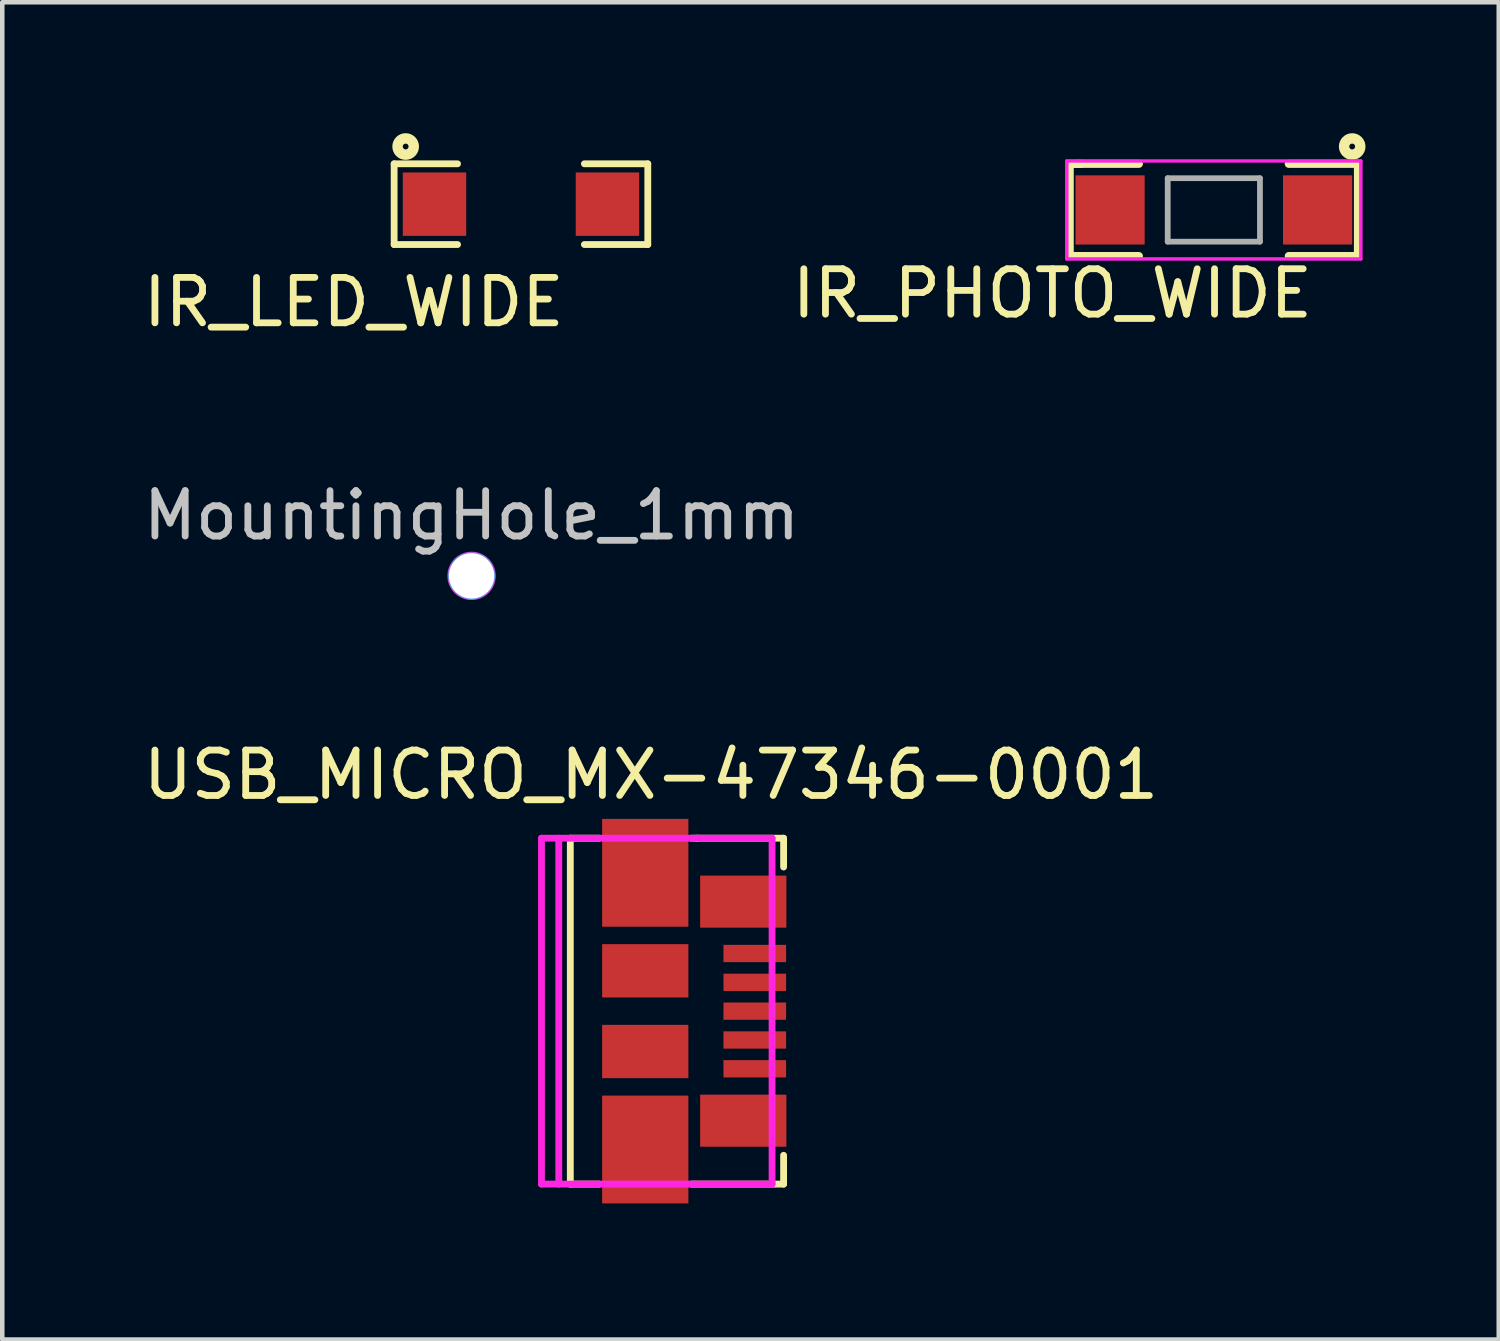
<source format=kicad_pcb>
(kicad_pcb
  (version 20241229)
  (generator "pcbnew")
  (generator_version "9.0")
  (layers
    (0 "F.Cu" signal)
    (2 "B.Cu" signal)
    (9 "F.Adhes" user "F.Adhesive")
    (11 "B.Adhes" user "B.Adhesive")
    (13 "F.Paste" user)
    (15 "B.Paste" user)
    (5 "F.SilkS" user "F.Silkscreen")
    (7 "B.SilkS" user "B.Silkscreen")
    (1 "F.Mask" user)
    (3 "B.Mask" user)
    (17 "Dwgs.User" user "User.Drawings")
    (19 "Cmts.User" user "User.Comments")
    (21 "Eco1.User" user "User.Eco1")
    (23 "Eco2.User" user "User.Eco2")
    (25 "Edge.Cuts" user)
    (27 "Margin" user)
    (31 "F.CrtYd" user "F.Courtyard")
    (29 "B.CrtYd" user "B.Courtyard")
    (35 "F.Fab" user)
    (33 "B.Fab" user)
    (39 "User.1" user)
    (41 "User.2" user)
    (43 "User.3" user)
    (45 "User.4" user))
  (footprint "USB_MICRO_MX-47346-0001"
    (layer "F.Cu")
    (at 11.546 19.226)
    (property "Reference" "USB_MICRO_MX-47346-0001" (at -0.254 -5.207 0) (layer "F.SilkS") (effects (font (size 1 1) (thickness 0.15))))
    (attr through_hole)
    (fp_line (start -2.032 -3.81) (end -2.032 3.81) (stroke (width 0.15) (type solid)) (layer "F.SilkS"))
    (fp_line (start -2.032 3.81) (end -1.397 3.81) (stroke (width 0.15) (type solid)) (layer "F.SilkS"))
    (fp_line (start -1.397 -3.81) (end -2.032 -3.81) (stroke (width 0.15) (type solid)) (layer "F.SilkS"))
    (fp_line (start 0.635 3.81) (end 2.667 3.81) (stroke (width 0.15) (type solid)) (layer "F.SilkS"))
    (fp_line (start 0.762 -3.81) (end 0.635 -3.81) (stroke (width 0.15) (type solid)) (layer "F.SilkS"))
    (fp_line (start 2.667 -3.81) (end 0.762 -3.81) (stroke (width 0.15) (type solid)) (layer "F.SilkS"))
    (fp_line (start 2.667 -3.175) (end 2.667 -3.81) (stroke (width 0.15) (type solid)) (layer "F.SilkS"))
    (fp_line (start 2.667 3.81) (end 2.667 3.175) (stroke (width 0.15) (type solid)) (layer "F.SilkS"))
    (fp_line (start -2.667 -3.81) (end -2.667 3.81) (stroke (width 0.15) (type solid)) (layer "F.CrtYd"))
    (fp_line (start -2.667 -3.81) (end 2.413 -3.81) (stroke (width 0.15) (type solid)) (layer "F.CrtYd"))
    (fp_line (start -2.286 -3.81) (end -2.286 3.81) (stroke (width 0.15) (type solid)) (layer "F.CrtYd"))
    (fp_line (start 2.413 -3.81) (end 2.413 3.81) (stroke (width 0.15) (type solid)) (layer "F.CrtYd"))
    (fp_line (start 2.413 3.81) (end -2.667 3.81) (stroke (width 0.15) (type solid)) (layer "F.CrtYd"))
    (pad "1" smd rect (at 2.032 -1.27) (size 1.38 0.381) (layers "F.Cu" "F.Mask" "F.Paste"))
    (pad "2" smd rect (at 2.032 -0.635) (size 1.38 0.381) (layers "F.Cu" "F.Mask" "F.Paste"))
    (pad "3" smd rect (at 2.032 0) (size 1.38 0.381) (layers "F.Cu" "F.Mask" "F.Paste"))
    (pad "4" smd rect (at 2.032 0.635) (size 1.38 0.381) (layers "F.Cu" "F.Mask" "F.Paste"))
    (pad "5" smd rect (at 2.032 1.27) (size 1.38 0.381) (layers "F.Cu" "F.Mask" "F.Paste"))
    (pad "6" smd rect (at -0.381 -3.048) (size 1.9 2.375) (layers "F.Cu" "F.Mask" "F.Paste"))
    (pad "6" smd rect (at -0.381 -0.889) (size 1.9 1.175) (layers "F.Cu" "F.Mask" "F.Paste"))
    (pad "6" smd rect (at -0.381 0.889) (size 1.9 1.175) (layers "F.Cu" "F.Mask" "F.Paste"))
    (pad "6" smd rect (at -0.381 3.048) (size 1.9 2.375) (layers "F.Cu" "F.Mask" "F.Paste"))
    (pad "6" smd rect (at 1.778 -2.413) (size 1.9 1.147) (layers "F.Cu" "F.Mask" "F.Paste"))
    (pad "6" smd rect (at 1.778 2.413) (size 1.9 1.147) (layers "F.Cu" "F.Mask" "F.Paste")))
  (footprint "IR_LED_WIDE"
    (layer "F.Cu")
    (at 8.427 1.448)
    (property "Reference" "IR_LED_WIDE" (at -3.683 2.159 0) (layer "F.SilkS") (effects (font (size 1 1) (thickness 0.15))))
    (attr through_hole)
    (fp_line (start -2.794 -0.889) (end -2.794 0.889) (stroke (width 0.15) (type solid)) (layer "F.SilkS"))
    (fp_line (start -2.794 -0.889) (end -1.397 -0.889) (stroke (width 0.15) (type solid)) (layer "F.SilkS"))
    (fp_line (start -2.794 0.889) (end -1.397 0.889) (stroke (width 0.15) (type solid)) (layer "F.SilkS"))
    (fp_line (start 1.397 -0.889) (end 2.794 -0.889) (stroke (width 0.15) (type solid)) (layer "F.SilkS"))
    (fp_line (start 2.794 -0.889) (end 2.794 0.889) (stroke (width 0.15) (type solid)) (layer "F.SilkS"))
    (fp_line (start 2.794 0.889) (end 1.397 0.889) (stroke (width 0.15) (type solid)) (layer "F.SilkS"))
    (fp_circle (center -2.54 -1.27) (end -2.54 -1.206) (stroke (width 0.23) (type solid)) (fill no) (layer "F.SilkS"))
    (pad "1" smd rect (at -1.905 0) (size 1.397 1.397) (layers "F.Cu" "F.Mask" "F.Paste"))
    (pad "2" smd rect (at 1.905 0) (size 1.397 1.397) (layers "F.Cu" "F.Mask" "F.Paste")))
  (footprint "MountingHole_1mm"
    (layer "F.Cu")
    (at 7.339 9.637)
    (property "Reference" "MountingHole_1mm" (at 0 -1.333 0) (layer "Dwgs.User") (effects (font (size 1 1) (thickness 0.15))))
    (attr through_hole)
    (fp_circle (center 0 0) (end 0.445 0) (stroke (width 0.15) (type solid)) (fill no) (layer "Cmts.User"))
    (fp_circle (center 0 0) (end 0.508 0) (stroke (width 0.05) (type solid)) (fill no) (layer "F.CrtYd"))
    (pad "" np_thru_hole circle (at 0 0) (size 1 1) (drill 1) (layers "*.Cu" "*.Mask")))
  (footprint "IR_PHOTO_WIDE"
    (layer "F.Cu")
    (at 23.691 1.575)
    (property "Reference" "IR_PHOTO_WIDE" (at -3.556 1.841 0) (layer "F.SilkS") (effects (font (size 1 1) (thickness 0.15))))
    (attr through_hole)
    (fp_line (start -3.175 -1.016) (end -3.175 1.016) (stroke (width 0.178) (type solid)) (layer "F.SilkS"))
    (fp_line (start -3.175 1.016) (end -1.651 1.016) (stroke (width 0.178) (type solid)) (layer "F.SilkS"))
    (fp_line (start -3.048 -1.016) (end -1.651 -1.016) (stroke (width 0.178) (type solid)) (layer "F.SilkS"))
    (fp_line (start -2.921 -1.016) (end -3.175 -1.016) (stroke (width 0.178) (type solid)) (layer "F.SilkS"))
    (fp_line (start 1.651 -1.016) (end 3.175 -1.016) (stroke (width 0.178) (type solid)) (layer "F.SilkS"))
    (fp_line (start 3.175 -1.016) (end 3.175 1.016) (stroke (width 0.178) (type solid)) (layer "F.SilkS"))
    (fp_line (start 3.175 1.016) (end 1.651 1.016) (stroke (width 0.178) (type solid)) (layer "F.SilkS"))
    (fp_circle (center 3.048 -1.397) (end 3.048 -1.333) (stroke (width 0.229) (type solid)) (fill no) (layer "F.SilkS"))
    (fp_line (start -3.239 -1.079) (end -3.239 1.079) (stroke (width 0.076) (type solid)) (layer "F.CrtYd"))
    (fp_line (start -3.239 1.079) (end 3.239 1.079) (stroke (width 0.076) (type solid)) (layer "F.CrtYd"))
    (fp_line (start 3.239 -1.079) (end -3.239 -1.079) (stroke (width 0.076) (type solid)) (layer "F.CrtYd"))
    (fp_line (start 3.239 1.079) (end 3.239 -1.079) (stroke (width 0.076) (type solid)) (layer "F.CrtYd"))
    (fp_line (start -1.016 -0.699) (end -1.016 0.699) (stroke (width 0.127) (type solid)) (layer "F.Fab"))
    (fp_line (start -1.016 0.699) (end 1.016 0.699) (stroke (width 0.127) (type solid)) (layer "F.Fab"))
    (fp_line (start 1.016 -0.699) (end -1.016 -0.699) (stroke (width 0.127) (type solid)) (layer "F.Fab"))
    (fp_line (start 1.016 0.699) (end 1.016 -0.699) (stroke (width 0.127) (type solid)) (layer "F.Fab"))
    (pad "1" smd rect (at -2.286 0) (size 1.524 1.524) (layers "F.Cu" "F.Mask" "F.Paste"))
    (pad "2" smd rect (at 2.286 0) (size 1.524 1.524) (layers "F.Cu" "F.Mask" "F.Paste")))
  (gr_rect
    (start -3 -3)
    (end 29.968 26.461)
    (stroke (width 0.1) (type default))
    (fill no)
    (layer "Edge.Cuts")))
</source>
